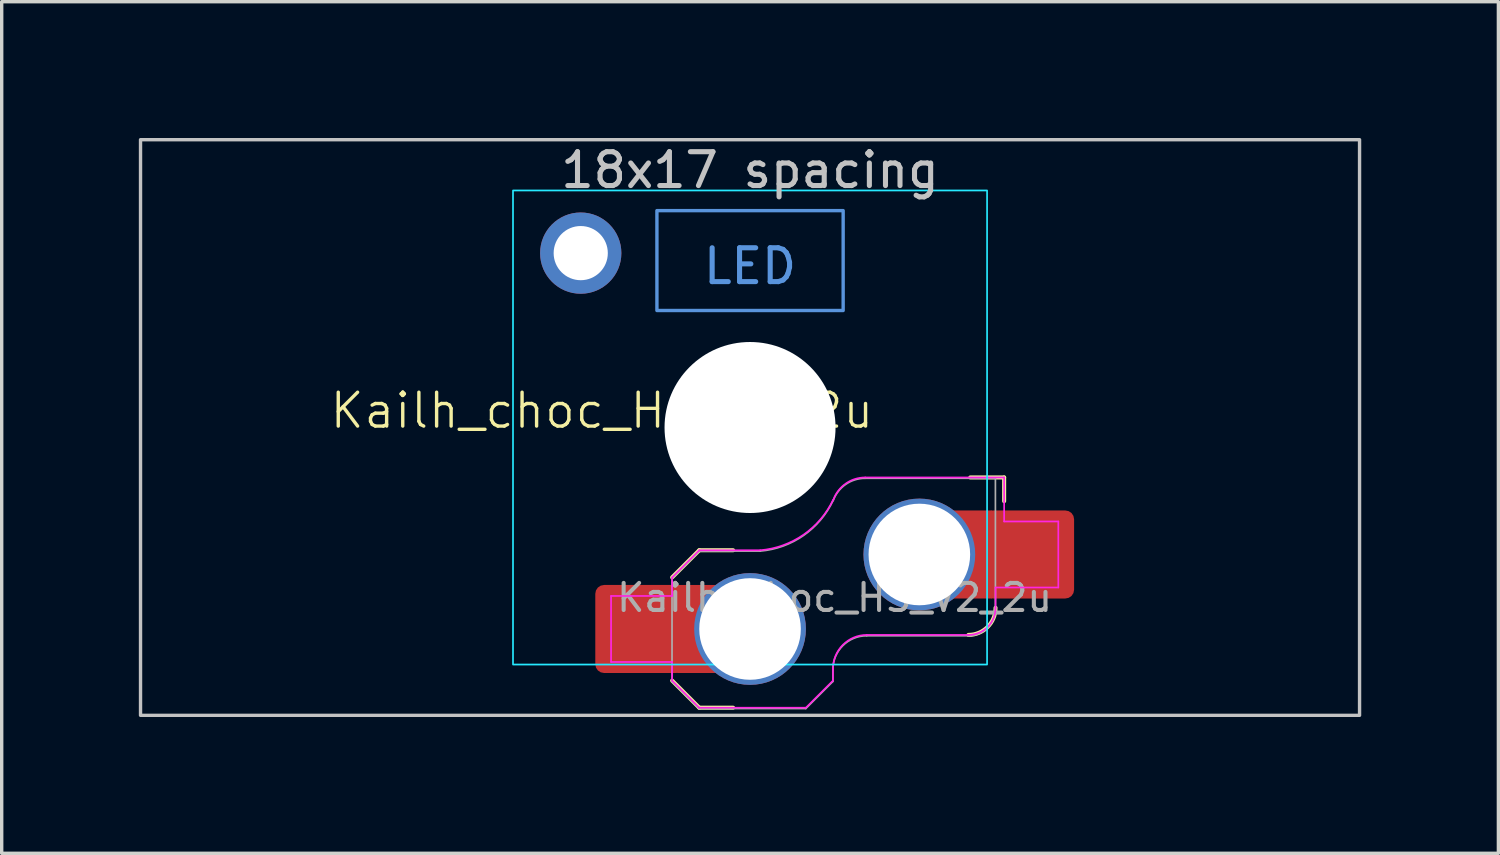
<source format=kicad_pcb>
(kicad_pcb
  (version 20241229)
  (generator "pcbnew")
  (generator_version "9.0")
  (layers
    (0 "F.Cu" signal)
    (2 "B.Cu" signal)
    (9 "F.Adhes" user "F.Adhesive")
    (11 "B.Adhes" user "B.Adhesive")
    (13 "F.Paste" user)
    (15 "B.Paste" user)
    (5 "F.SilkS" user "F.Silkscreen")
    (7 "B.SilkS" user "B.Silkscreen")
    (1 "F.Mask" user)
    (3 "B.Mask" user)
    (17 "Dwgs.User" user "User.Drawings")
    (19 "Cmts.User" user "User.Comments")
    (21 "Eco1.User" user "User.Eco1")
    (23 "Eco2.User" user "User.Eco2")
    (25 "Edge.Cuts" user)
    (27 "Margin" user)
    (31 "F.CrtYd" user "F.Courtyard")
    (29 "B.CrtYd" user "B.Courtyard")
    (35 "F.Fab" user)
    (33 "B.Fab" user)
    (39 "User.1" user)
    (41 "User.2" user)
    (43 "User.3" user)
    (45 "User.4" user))
  (footprint "Kailh_choc_HS_V2_2u"
    (layer "F.Cu")
    (at 19.1 9.575)
    (property "Reference" "Kailh_choc_HS_V2_2u" (at -4.375 -0.5 0) (unlocked yes) (layer "F.SilkS") (effects (font (size 1 1) (thickness 0.1))))
    (fp_line (start -2.3 7.475) (end -1.5 8.275) (stroke (width 0.12) (type solid)) (layer "F.SilkS"))
    (fp_line (start -1.5 3.625) (end -2.3 4.425) (stroke (width 0.12) (type solid)) (layer "F.SilkS"))
    (fp_line (start -1.5 3.625) (end -0.5 3.625) (stroke (width 0.12) (type solid)) (layer "F.SilkS"))
    (fp_line (start -1.5 8.275) (end -0.5 8.275) (stroke (width 0.12) (type solid)) (layer "F.SilkS"))
    (fp_line (start 7.504 1.475) (end 6.504 1.475) (stroke (width 0.12) (type solid)) (layer "F.SilkS"))
    (fp_line (start 7.504 1.475) (end 7.504 2.175) (stroke (width 0.12) (type solid)) (layer "F.SilkS"))
    (fp_arc (start 7.25 5.325) (mid 7.015685 5.890685) (end 6.45 6.125) (stroke (width 0.12) (type solid)) (layer "F.SilkS"))
    (fp_rect (start -18 -8.5) (end 18 8.5) (stroke (width 0.1) (type default)) (fill no) (layer "Dwgs.User"))
    (fp_rect (start -2.75 -6.405) (end 2.75 -3.455) (stroke (width 0.1) (type default)) (fill no) (layer "Cmts.User"))
    (fp_rect (start -19.05 -9.525) (end 19.05 9.525) (stroke (width 0.1) (type solid)) (fill no) (layer "Eco1.User"))
    (fp_line (start -6.95 6.45) (end -6.95 -6.45) (stroke (width 0.05) (type solid)) (layer "Eco2.User"))
    (fp_line (start -6.45 -6.95) (end 6.45 -6.95) (stroke (width 0.05) (type solid)) (layer "Eco2.User"))
    (fp_line (start 6.45 6.95) (end -6.45 6.95) (stroke (width 0.05) (type solid)) (layer "Eco2.User"))
    (fp_line (start 6.95 -6.45) (end 6.95 6.45) (stroke (width 0.05) (type solid)) (layer "Eco2.User"))
    (fp_arc (start -6.95 -6.45) (mid -6.803553 -6.803553) (end -6.45 -6.95) (stroke (width 0.05) (type solid)) (layer "Eco2.User"))
    (fp_arc (start -6.45 6.95) (mid -6.803553 6.803553) (end -6.95 6.45) (stroke (width 0.05) (type solid)) (layer "Eco2.User"))
    (fp_arc (start 6.45 -6.95) (mid 6.803553 -6.803553) (end 6.95 -6.45) (stroke (width 0.05) (type solid)) (layer "Eco2.User"))
    (fp_arc (start 6.95 6.45) (mid 6.803553 6.803553) (end 6.45 6.95) (stroke (width 0.05) (type solid)) (layer "Eco2.User"))
    (fp_arc (start 6.95 6.45) (mid 6.803553 6.803553) (end 6.45 6.95) (stroke (width 0.05) (type solid)) (layer "Eco2.User"))
    (fp_rect (start -7 -7) (end 7 7) (stroke (width 0.05) (type default)) (fill no) (layer "B.CrtYd"))
    (fp_line (start -4.104 4.975) (end -4.104 6.925) (stroke (width 0.05) (type solid)) (layer "F.CrtYd"))
    (fp_line (start -4.104 4.975) (end -2.3 4.975) (stroke (width 0.05) (type solid)) (layer "F.CrtYd"))
    (fp_line (start -4.104 6.925) (end -2.3 6.925) (stroke (width 0.05) (type solid)) (layer "F.CrtYd"))
    (fp_line (start -2.3 4.975) (end -2.3 4.425) (stroke (width 0.05) (type solid)) (layer "F.CrtYd"))
    (fp_line (start -2.3 7.475) (end -2.3 6.925) (stroke (width 0.05) (type solid)) (layer "F.CrtYd"))
    (fp_line (start -2.3 7.475) (end -1.5 8.275) (stroke (width 0.05) (type solid)) (layer "F.CrtYd"))
    (fp_line (start -1.5 3.625) (end -2.3 4.425) (stroke (width 0.05) (type solid)) (layer "F.CrtYd"))
    (fp_line (start -1.5 3.625) (end 0.3 3.625) (stroke (width 0.05) (type solid)) (layer "F.CrtYd"))
    (fp_line (start -1.5 8.275) (end 1.65 8.275) (stroke (width 0.05) (type solid)) (layer "F.CrtYd"))
    (fp_line (start 2.45 7.475) (end 1.65 8.275) (stroke (width 0.05) (type solid)) (layer "F.CrtYd"))
    (fp_line (start 2.45 7.475) (end 2.45 7.125) (stroke (width 0.05) (type solid)) (layer "F.CrtYd"))
    (fp_line (start 3.45 6.125) (end 6.45 6.125) (stroke (width 0.05) (type solid)) (layer "F.CrtYd"))
    (fp_line (start 7.25 4.725) (end 9.104 4.725) (stroke (width 0.05) (type solid)) (layer "F.CrtYd"))
    (fp_line (start 7.25 5.325) (end 7.25 4.725) (stroke (width 0.05) (type solid)) (layer "F.CrtYd"))
    (fp_line (start 7.504 1.475) (end 3.4 1.475) (stroke (width 0.05) (type solid)) (layer "F.CrtYd"))
    (fp_line (start 7.504 1.475) (end 7.504 2.175) (stroke (width 0.05) (type solid)) (layer "F.CrtYd"))
    (fp_line (start 7.504 2.175) (end 7.504 2.775) (stroke (width 0.05) (type solid)) (layer "F.CrtYd"))
    (fp_line (start 9.104 2.775) (end 7.504 2.775) (stroke (width 0.05) (type solid)) (layer "F.CrtYd"))
    (fp_line (start 9.104 4.725) (end 9.104 2.775) (stroke (width 0.05) (type solid)) (layer "F.CrtYd"))
    (fp_arc (start 2.45 7.125) (mid 2.742893 6.417893) (end 3.45 6.125) (stroke (width 0.05) (type solid)) (layer "F.CrtYd"))
    (fp_arc (start 2.455444 2.13293) (mid 1.577272 3.167235) (end 0.299999 3.624999) (stroke (width 0.05) (type solid)) (layer "F.CrtYd"))
    (fp_arc (start 2.460307 2.13298) (mid 2.826423 1.655848) (end 3.4 1.475) (stroke (width 0.05) (type solid)) (layer "F.CrtYd"))
    (fp_arc (start 7.25 5.325) (mid 7.015685 5.890685) (end 6.45 6.125) (stroke (width 0.05) (type solid)) (layer "F.CrtYd"))
    (fp_line (start -2.304 7.5) (end -2.304 4.45) (stroke (width 0.05) (type solid)) (layer "F.Fab"))
    (fp_line (start -2.304 7.5) (end -1.504 8.3) (stroke (width 0.05) (type solid)) (layer "F.Fab"))
    (fp_line (start -1.504 3.65) (end -2.304 4.45) (stroke (width 0.05) (type solid)) (layer "F.Fab"))
    (fp_line (start -1.504 3.65) (end 0.296 3.65) (stroke (width 0.05) (type solid)) (layer "F.Fab"))
    (fp_line (start -1.504 8.3) (end 1.646 8.3) (stroke (width 0.05) (type solid)) (layer "F.Fab"))
    (fp_line (start 2.446 7.5) (end 1.646 8.3) (stroke (width 0.05) (type solid)) (layer "F.Fab"))
    (fp_line (start 2.446 7.5) (end 2.446 7.15) (stroke (width 0.05) (type solid)) (layer "F.Fab"))
    (fp_line (start 3.446 6.15) (end 6.446 6.15) (stroke (width 0.05) (type solid)) (layer "F.Fab"))
    (fp_line (start 7.246 1.5) (end 3.396 1.5) (stroke (width 0.05) (type solid)) (layer "F.Fab"))
    (fp_line (start 7.246 5.35) (end 7.246 1.5) (stroke (width 0.05) (type solid)) (layer "F.Fab"))
    (fp_arc (start 2.446 7.15) (mid 2.738893 6.442893) (end 3.446 6.15) (stroke (width 0.05) (type solid)) (layer "F.Fab"))
    (fp_arc (start 2.451444 2.15793) (mid 1.573272 3.192235) (end 0.295999 3.649999) (stroke (width 0.05) (type solid)) (layer "F.Fab"))
    (fp_arc (start 2.456307 2.15798) (mid 2.822423 1.680848) (end 3.396 1.5) (stroke (width 0.05) (type solid)) (layer "F.Fab"))
    (fp_arc (start 7.246 5.35) (mid 7.011685 5.915685) (end 6.446 6.15) (stroke (width 0.05) (type solid)) (layer "F.Fab"))
    (fp_text user "18x17 spacing" (at 0 -7.6 0) (layer "Dwgs.User") (effects (font (size 1 1) (thickness 0.15))))
    (fp_text user "LED" (at 0 -4.763 0) (unlocked yes) (layer "Cmts.User") (effects (font (size 1 1) (thickness 0.15))))
    (fp_text user "19.05 spacing" (at 0 -8.7 0) (layer "Eco1.User") (effects (font (size 1 1) (thickness 0.15))))
    (fp_text user "${REFERENCE}" (at 2.496 5.025 0) (layer "F.Fab") (effects (font (size 0.8 0.8) (thickness 0.12))))
    (pad "" np_thru_hole circle (at 0 0) (size 5.05 5.05) (drill 5.05) (layers "*.Cu" "*.Mask"))
    (pad "1" thru_hole circle (at 5 3.75) (size 3.3 3.3) (drill 3) (property pad_prop_mechanical) (layers "*.Cu" "F.Mask"))
    (pad "1" smd rect (at 6.55 3.75) (size 1.2 2.6) (layers "F.Cu"))
    (pad "1" smd roundrect (at 8.245 3.75) (size 2.65 2.6) (layers "F.Cu" "F.Mask" "F.Paste") (roundrect_rratio 0.1))
    (pad "2" smd roundrect (at -3.245 5.95) (size 2.65 2.6) (layers "F.Cu" "F.Mask" "F.Paste") (roundrect_rratio 0.1))
    (pad "2" smd rect (at -1.55 5.95 180) (size 1.2 2.6) (layers "F.Cu"))
    (pad "2" thru_hole circle (at 0 5.95) (size 3.3 3.3) (drill 3) (property pad_prop_mechanical) (layers "*.Cu" "F.Mask"))
    (pad "MP" thru_hole circle (at -5 -5.15 180) (size 2.4 2.4) (drill 1.6) (layers "*.Cu" "F.Mask")))
  (gr_rect
    (start -3 -3)
    (end 41.2 22.15)
    (stroke (width 0.1) (type default))
    (fill no)
    (layer "Edge.Cuts")))
</source>
